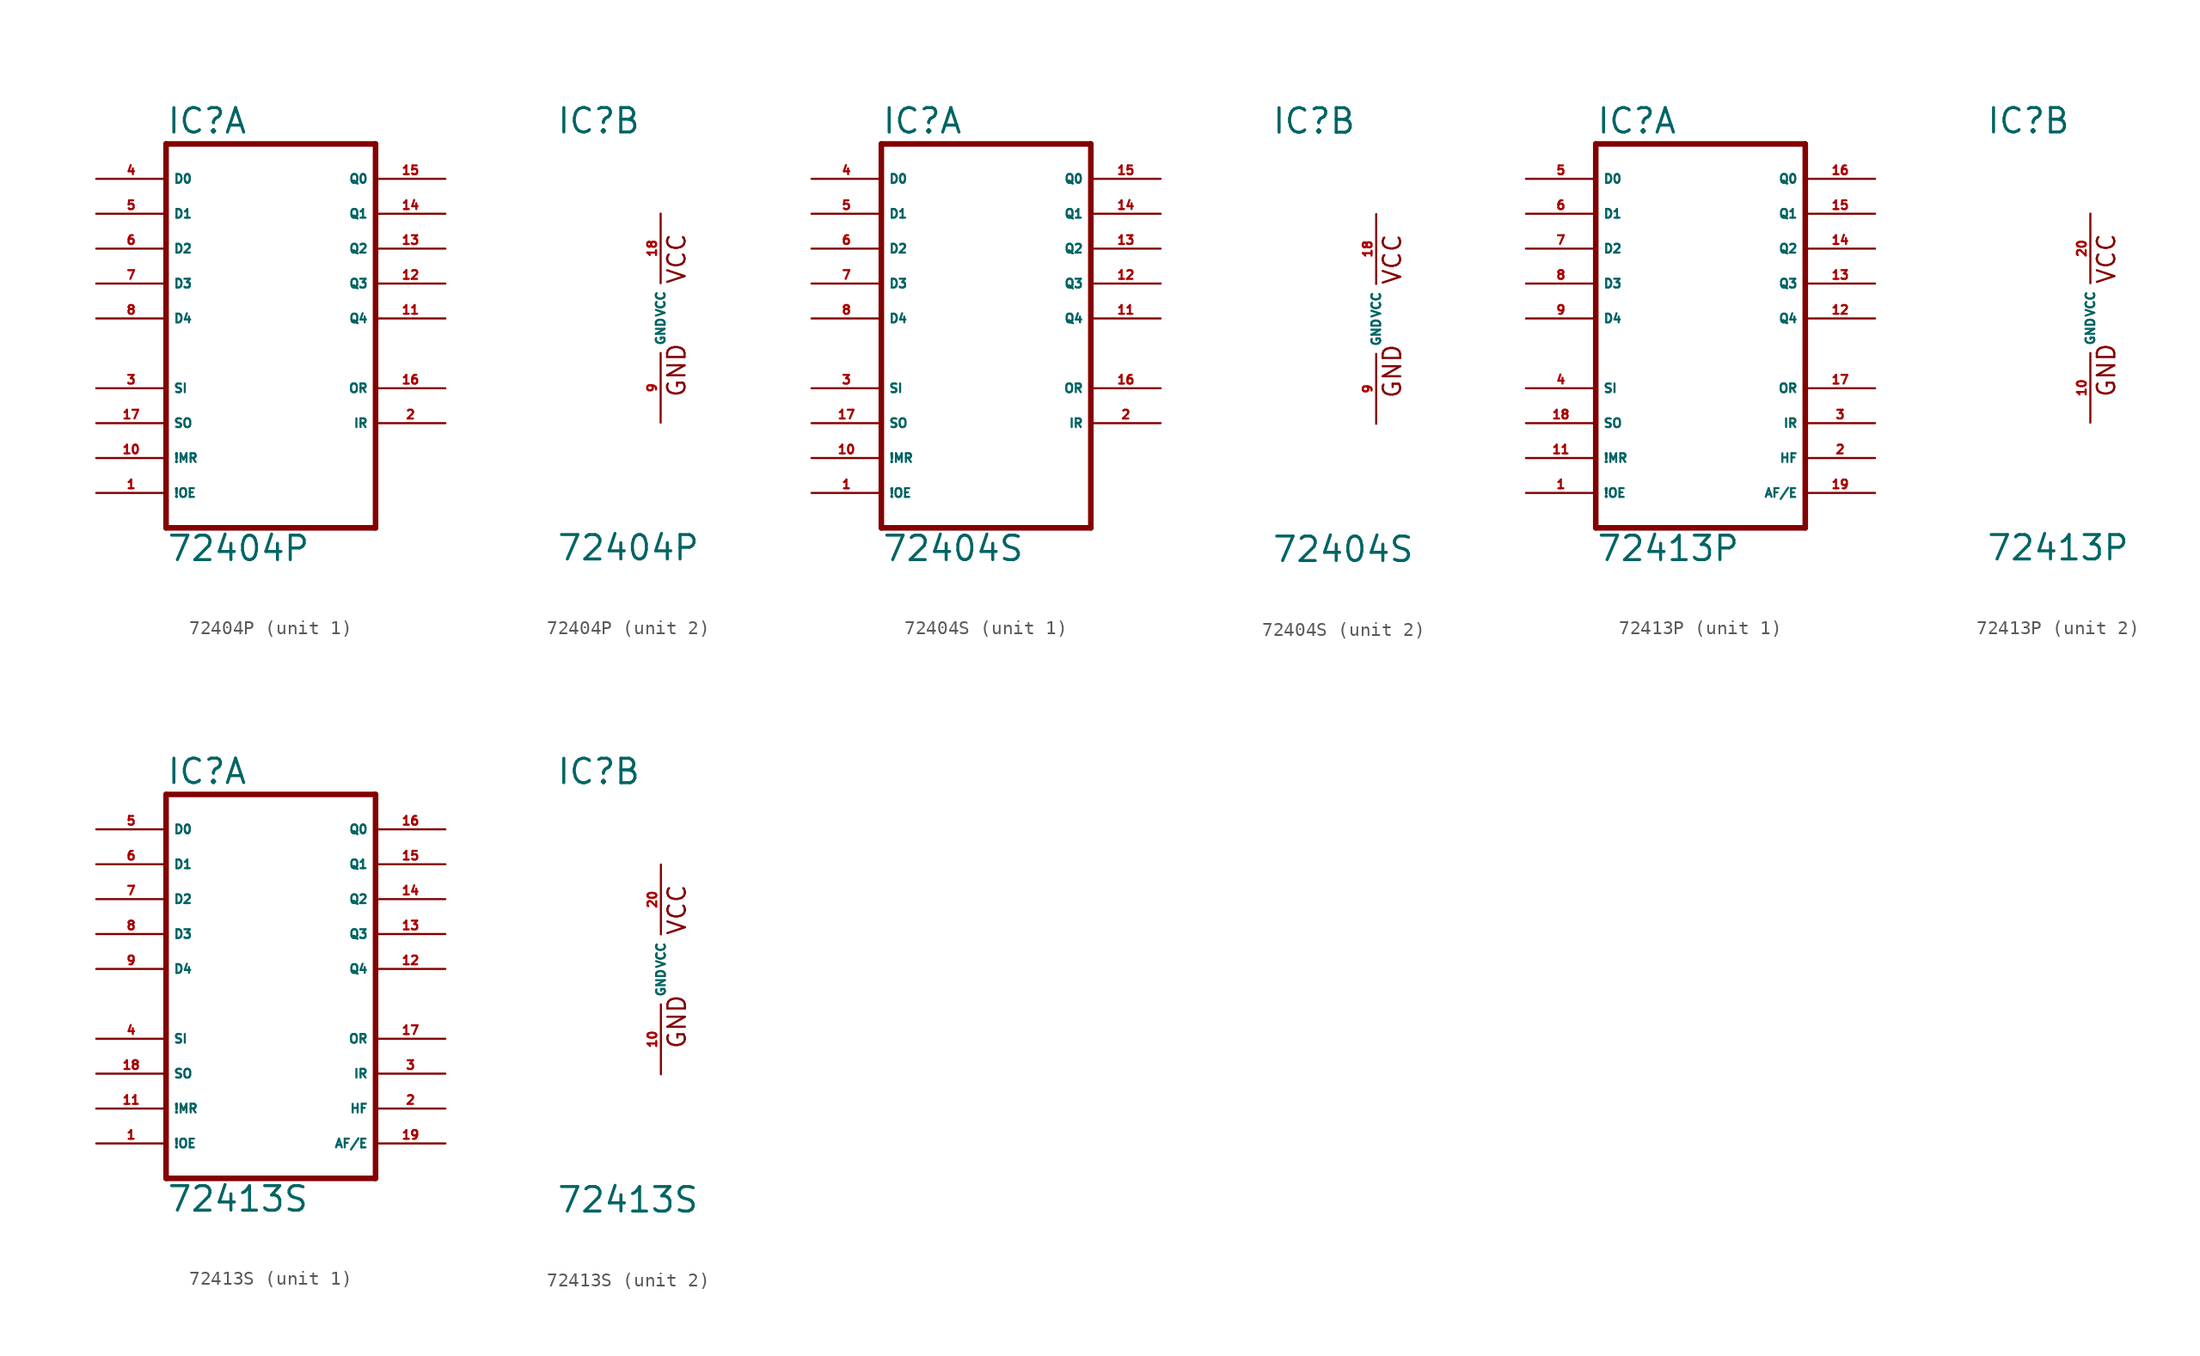
<source format=kicad_sym>
(kicad_symbol_lib
  (version 20220914)
  (generator Eagle2Kicad)
  (symbol "72404P"
    (property "Reference" "IC"
      (at -7.62 13.335 0)
      (effects (font (size 1.778 1.778) (thickness 0.22)) (justify left bottom)))
    (property "Value" "72404P"
      (at -7.62 -17.78 0)
      (effects (font (size 1.778 1.778) (thickness 0.22)) (justify left bottom)))
    (symbol "72404P_1_0"
      (polyline (pts (xy -7.62 -15.24) (xy 7.62 -15.24)) (stroke (width 0.406) (type default)) (fill (type none)))
      (polyline (pts (xy 7.62 -15.24) (xy 7.62 12.7)) (stroke (width 0.406) (type default)) (fill (type none)))
      (polyline (pts (xy 7.62 12.7) (xy -7.62 12.7)) (stroke (width 0.406) (type default)) (fill (type none)))
      (polyline (pts (xy -7.62 12.7) (xy -7.62 -15.24)) (stroke (width 0.406) (type default)) (fill (type none)))
      (pin input line (at -12.7 10.16 0) (length 5.08) (name "D0" (effects (font (size 0.635 0.635) (thickness 0.08)) (justify left bottom))) (number "4" (effects (font (size 0.635 0.635) (thickness 0.08)) (justify left bottom))))
      (pin input line (at -12.7 7.62 0) (length 5.08) (name "D1" (effects (font (size 0.635 0.635) (thickness 0.08)) (justify left bottom))) (number "5" (effects (font (size 0.635 0.635) (thickness 0.08)) (justify left bottom))))
      (pin input line (at -12.7 5.08 0) (length 5.08) (name "D2" (effects (font (size 0.635 0.635) (thickness 0.08)) (justify left bottom))) (number "6" (effects (font (size 0.635 0.635) (thickness 0.08)) (justify left bottom))))
      (pin input line (at -12.7 2.54 0) (length 5.08) (name "D3" (effects (font (size 0.635 0.635) (thickness 0.08)) (justify left bottom))) (number "7" (effects (font (size 0.635 0.635) (thickness 0.08)) (justify left bottom))))
      (pin input line (at -12.7 -5.08 0) (length 5.08) (name "SI" (effects (font (size 0.635 0.635) (thickness 0.08)) (justify left bottom))) (number "3" (effects (font (size 0.635 0.635) (thickness 0.08)) (justify left bottom))))
      (pin input line (at -12.7 -10.16 0) (length 5.08) (name "!MR" (effects (font (size 0.635 0.635) (thickness 0.08)) (justify left bottom))) (number "10" (effects (font (size 0.635 0.635) (thickness 0.08)) (justify left bottom))))
      (pin output line (at 12.7 10.16 180) (length 5.08) (name "Q0" (effects (font (size 0.635 0.635) (thickness 0.08)) (justify left bottom))) (number "15" (effects (font (size 0.635 0.635) (thickness 0.08)) (justify left bottom))))
      (pin output line (at 12.7 7.62 180) (length 5.08) (name "Q1" (effects (font (size 0.635 0.635) (thickness 0.08)) (justify left bottom))) (number "14" (effects (font (size 0.635 0.635) (thickness 0.08)) (justify left bottom))))
      (pin output line (at 12.7 5.08 180) (length 5.08) (name "Q2" (effects (font (size 0.635 0.635) (thickness 0.08)) (justify left bottom))) (number "13" (effects (font (size 0.635 0.635) (thickness 0.08)) (justify left bottom))))
      (pin output line (at 12.7 2.54 180) (length 5.08) (name "Q3" (effects (font (size 0.635 0.635) (thickness 0.08)) (justify left bottom))) (number "12" (effects (font (size 0.635 0.635) (thickness 0.08)) (justify left bottom))))
      (pin output line (at 12.7 -5.08 180) (length 5.08) (name "OR" (effects (font (size 0.635 0.635) (thickness 0.08)) (justify left bottom))) (number "16" (effects (font (size 0.635 0.635) (thickness 0.08)) (justify left bottom))))
      (pin input line (at -12.7 -12.7 0) (length 5.08) (name "!OE" (effects (font (size 0.635 0.635) (thickness 0.08)) (justify left bottom))) (number "1" (effects (font (size 0.635 0.635) (thickness 0.08)) (justify left bottom))))
      (pin input line (at -12.7 -7.62 0) (length 5.08) (name "SO" (effects (font (size 0.635 0.635) (thickness 0.08)) (justify left bottom))) (number "17" (effects (font (size 0.635 0.635) (thickness 0.08)) (justify left bottom))))
      (pin output line (at 12.7 -7.62 180) (length 5.08) (name "IR" (effects (font (size 0.635 0.635) (thickness 0.08)) (justify left bottom))) (number "2" (effects (font (size 0.635 0.635) (thickness 0.08)) (justify left bottom))))
      (pin input line (at -12.7 0 0) (length 5.08) (name "D4" (effects (font (size 0.635 0.635) (thickness 0.08)) (justify left bottom))) (number "8" (effects (font (size 0.635 0.635) (thickness 0.08)) (justify left bottom))))
      (pin output line (at 12.7 0 180) (length 5.08) (name "Q4" (effects (font (size 0.635 0.635) (thickness 0.08)) (justify left bottom))) (number "11" (effects (font (size 0.635 0.635) (thickness 0.08)) (justify left bottom)))))
    (symbol "72404P_2_0"
      (text "GND" (at 1.905 -5.842 900) (effects (font (size 1.27 1.27) (thickness 0.16)) (justify left bottom)))
      (text "VCC" (at 1.905 2.413 900) (effects (font (size 1.27 1.27) (thickness 0.16)) (justify left bottom)))
      (pin unspecified line (at 0 7.62 270) (length 5.08) (name "VCC" (effects (font (size 0.635 0.635) (thickness 0.08)) (justify left bottom))) (number "18" (effects (font (size 0.635 0.635) (thickness 0.08)) (justify left bottom))))
      (pin unspecified line (at 0 -7.62 90) (length 5.08) (name "GND" (effects (font (size 0.635 0.635) (thickness 0.08)) (justify left bottom))) (number "9" (effects (font (size 0.635 0.635) (thickness 0.08)) (justify left bottom))))))
  (symbol "72404S"
    (property "Reference" "IC"
      (at -7.62 13.335 0)
      (effects (font (size 1.778 1.778) (thickness 0.22)) (justify left bottom)))
    (property "Value" "72404S"
      (at -7.62 -17.78 0)
      (effects (font (size 1.778 1.778) (thickness 0.22)) (justify left bottom)))
    (symbol "72404S_1_0"
      (polyline (pts (xy -7.62 -15.24) (xy 7.62 -15.24)) (stroke (width 0.406) (type default)) (fill (type none)))
      (polyline (pts (xy 7.62 -15.24) (xy 7.62 12.7)) (stroke (width 0.406) (type default)) (fill (type none)))
      (polyline (pts (xy 7.62 12.7) (xy -7.62 12.7)) (stroke (width 0.406) (type default)) (fill (type none)))
      (polyline (pts (xy -7.62 12.7) (xy -7.62 -15.24)) (stroke (width 0.406) (type default)) (fill (type none)))
      (pin input line (at -12.7 10.16 0) (length 5.08) (name "D0" (effects (font (size 0.635 0.635) (thickness 0.08)) (justify left bottom))) (number "4" (effects (font (size 0.635 0.635) (thickness 0.08)) (justify left bottom))))
      (pin input line (at -12.7 7.62 0) (length 5.08) (name "D1" (effects (font (size 0.635 0.635) (thickness 0.08)) (justify left bottom))) (number "5" (effects (font (size 0.635 0.635) (thickness 0.08)) (justify left bottom))))
      (pin input line (at -12.7 5.08 0) (length 5.08) (name "D2" (effects (font (size 0.635 0.635) (thickness 0.08)) (justify left bottom))) (number "6" (effects (font (size 0.635 0.635) (thickness 0.08)) (justify left bottom))))
      (pin input line (at -12.7 2.54 0) (length 5.08) (name "D3" (effects (font (size 0.635 0.635) (thickness 0.08)) (justify left bottom))) (number "7" (effects (font (size 0.635 0.635) (thickness 0.08)) (justify left bottom))))
      (pin input line (at -12.7 -5.08 0) (length 5.08) (name "SI" (effects (font (size 0.635 0.635) (thickness 0.08)) (justify left bottom))) (number "3" (effects (font (size 0.635 0.635) (thickness 0.08)) (justify left bottom))))
      (pin input line (at -12.7 -10.16 0) (length 5.08) (name "!MR" (effects (font (size 0.635 0.635) (thickness 0.08)) (justify left bottom))) (number "10" (effects (font (size 0.635 0.635) (thickness 0.08)) (justify left bottom))))
      (pin output line (at 12.7 10.16 180) (length 5.08) (name "Q0" (effects (font (size 0.635 0.635) (thickness 0.08)) (justify left bottom))) (number "15" (effects (font (size 0.635 0.635) (thickness 0.08)) (justify left bottom))))
      (pin output line (at 12.7 7.62 180) (length 5.08) (name "Q1" (effects (font (size 0.635 0.635) (thickness 0.08)) (justify left bottom))) (number "14" (effects (font (size 0.635 0.635) (thickness 0.08)) (justify left bottom))))
      (pin output line (at 12.7 5.08 180) (length 5.08) (name "Q2" (effects (font (size 0.635 0.635) (thickness 0.08)) (justify left bottom))) (number "13" (effects (font (size 0.635 0.635) (thickness 0.08)) (justify left bottom))))
      (pin output line (at 12.7 2.54 180) (length 5.08) (name "Q3" (effects (font (size 0.635 0.635) (thickness 0.08)) (justify left bottom))) (number "12" (effects (font (size 0.635 0.635) (thickness 0.08)) (justify left bottom))))
      (pin output line (at 12.7 -5.08 180) (length 5.08) (name "OR" (effects (font (size 0.635 0.635) (thickness 0.08)) (justify left bottom))) (number "16" (effects (font (size 0.635 0.635) (thickness 0.08)) (justify left bottom))))
      (pin input line (at -12.7 -12.7 0) (length 5.08) (name "!OE" (effects (font (size 0.635 0.635) (thickness 0.08)) (justify left bottom))) (number "1" (effects (font (size 0.635 0.635) (thickness 0.08)) (justify left bottom))))
      (pin input line (at -12.7 -7.62 0) (length 5.08) (name "SO" (effects (font (size 0.635 0.635) (thickness 0.08)) (justify left bottom))) (number "17" (effects (font (size 0.635 0.635) (thickness 0.08)) (justify left bottom))))
      (pin output line (at 12.7 -7.62 180) (length 5.08) (name "IR" (effects (font (size 0.635 0.635) (thickness 0.08)) (justify left bottom))) (number "2" (effects (font (size 0.635 0.635) (thickness 0.08)) (justify left bottom))))
      (pin input line (at -12.7 0 0) (length 5.08) (name "D4" (effects (font (size 0.635 0.635) (thickness 0.08)) (justify left bottom))) (number "8" (effects (font (size 0.635 0.635) (thickness 0.08)) (justify left bottom))))
      (pin output line (at 12.7 0 180) (length 5.08) (name "Q4" (effects (font (size 0.635 0.635) (thickness 0.08)) (justify left bottom))) (number "11" (effects (font (size 0.635 0.635) (thickness 0.08)) (justify left bottom)))))
    (symbol "72404S_2_0"
      (text "GND" (at 1.905 -5.842 900) (effects (font (size 1.27 1.27) (thickness 0.16)) (justify left bottom)))
      (text "VCC" (at 1.905 2.413 900) (effects (font (size 1.27 1.27) (thickness 0.16)) (justify left bottom)))
      (pin unspecified line (at 0 7.62 270) (length 5.08) (name "VCC" (effects (font (size 0.635 0.635) (thickness 0.08)) (justify left bottom))) (number "18" (effects (font (size 0.635 0.635) (thickness 0.08)) (justify left bottom))))
      (pin unspecified line (at 0 -7.62 90) (length 5.08) (name "GND" (effects (font (size 0.635 0.635) (thickness 0.08)) (justify left bottom))) (number "9" (effects (font (size 0.635 0.635) (thickness 0.08)) (justify left bottom))))))
  (symbol "72413P"
    (property "Reference" "IC"
      (at -7.62 13.335 0)
      (effects (font (size 1.778 1.778) (thickness 0.22)) (justify left bottom)))
    (property "Value" "72413P"
      (at -7.62 -17.78 0)
      (effects (font (size 1.778 1.778) (thickness 0.22)) (justify left bottom)))
    (symbol "72413P_1_0"
      (polyline (pts (xy -7.62 -15.24) (xy 7.62 -15.24)) (stroke (width 0.406) (type default)) (fill (type none)))
      (polyline (pts (xy 7.62 -15.24) (xy 7.62 12.7)) (stroke (width 0.406) (type default)) (fill (type none)))
      (polyline (pts (xy 7.62 12.7) (xy -7.62 12.7)) (stroke (width 0.406) (type default)) (fill (type none)))
      (polyline (pts (xy -7.62 12.7) (xy -7.62 -15.24)) (stroke (width 0.406) (type default)) (fill (type none)))
      (pin input line (at -12.7 10.16 0) (length 5.08) (name "D0" (effects (font (size 0.635 0.635) (thickness 0.08)) (justify left bottom))) (number "5" (effects (font (size 0.635 0.635) (thickness 0.08)) (justify left bottom))))
      (pin input line (at -12.7 7.62 0) (length 5.08) (name "D1" (effects (font (size 0.635 0.635) (thickness 0.08)) (justify left bottom))) (number "6" (effects (font (size 0.635 0.635) (thickness 0.08)) (justify left bottom))))
      (pin input line (at -12.7 5.08 0) (length 5.08) (name "D2" (effects (font (size 0.635 0.635) (thickness 0.08)) (justify left bottom))) (number "7" (effects (font (size 0.635 0.635) (thickness 0.08)) (justify left bottom))))
      (pin input line (at -12.7 2.54 0) (length 5.08) (name "D3" (effects (font (size 0.635 0.635) (thickness 0.08)) (justify left bottom))) (number "8" (effects (font (size 0.635 0.635) (thickness 0.08)) (justify left bottom))))
      (pin input line (at -12.7 -5.08 0) (length 5.08) (name "SI" (effects (font (size 0.635 0.635) (thickness 0.08)) (justify left bottom))) (number "4" (effects (font (size 0.635 0.635) (thickness 0.08)) (justify left bottom))))
      (pin input line (at -12.7 -10.16 0) (length 5.08) (name "!MR" (effects (font (size 0.635 0.635) (thickness 0.08)) (justify left bottom))) (number "11" (effects (font (size 0.635 0.635) (thickness 0.08)) (justify left bottom))))
      (pin output line (at 12.7 10.16 180) (length 5.08) (name "Q0" (effects (font (size 0.635 0.635) (thickness 0.08)) (justify left bottom))) (number "16" (effects (font (size 0.635 0.635) (thickness 0.08)) (justify left bottom))))
      (pin output line (at 12.7 7.62 180) (length 5.08) (name "Q1" (effects (font (size 0.635 0.635) (thickness 0.08)) (justify left bottom))) (number "15" (effects (font (size 0.635 0.635) (thickness 0.08)) (justify left bottom))))
      (pin output line (at 12.7 5.08 180) (length 5.08) (name "Q2" (effects (font (size 0.635 0.635) (thickness 0.08)) (justify left bottom))) (number "14" (effects (font (size 0.635 0.635) (thickness 0.08)) (justify left bottom))))
      (pin output line (at 12.7 2.54 180) (length 5.08) (name "Q3" (effects (font (size 0.635 0.635) (thickness 0.08)) (justify left bottom))) (number "13" (effects (font (size 0.635 0.635) (thickness 0.08)) (justify left bottom))))
      (pin output line (at 12.7 -5.08 180) (length 5.08) (name "OR" (effects (font (size 0.635 0.635) (thickness 0.08)) (justify left bottom))) (number "17" (effects (font (size 0.635 0.635) (thickness 0.08)) (justify left bottom))))
      (pin input line (at -12.7 -12.7 0) (length 5.08) (name "!OE" (effects (font (size 0.635 0.635) (thickness 0.08)) (justify left bottom))) (number "1" (effects (font (size 0.635 0.635) (thickness 0.08)) (justify left bottom))))
      (pin input line (at -12.7 -7.62 0) (length 5.08) (name "SO" (effects (font (size 0.635 0.635) (thickness 0.08)) (justify left bottom))) (number "18" (effects (font (size 0.635 0.635) (thickness 0.08)) (justify left bottom))))
      (pin output line (at 12.7 -7.62 180) (length 5.08) (name "IR" (effects (font (size 0.635 0.635) (thickness 0.08)) (justify left bottom))) (number "3" (effects (font (size 0.635 0.635) (thickness 0.08)) (justify left bottom))))
      (pin input line (at -12.7 0 0) (length 5.08) (name "D4" (effects (font (size 0.635 0.635) (thickness 0.08)) (justify left bottom))) (number "9" (effects (font (size 0.635 0.635) (thickness 0.08)) (justify left bottom))))
      (pin output line (at 12.7 0 180) (length 5.08) (name "Q4" (effects (font (size 0.635 0.635) (thickness 0.08)) (justify left bottom))) (number "12" (effects (font (size 0.635 0.635) (thickness 0.08)) (justify left bottom))))
      (pin output line (at 12.7 -10.16 180) (length 5.08) (name "HF" (effects (font (size 0.635 0.635) (thickness 0.08)) (justify left bottom))) (number "2" (effects (font (size 0.635 0.635) (thickness 0.08)) (justify left bottom))))
      (pin output line (at 12.7 -12.7 180) (length 5.08) (name "AF/E" (effects (font (size 0.635 0.635) (thickness 0.08)) (justify left bottom))) (number "19" (effects (font (size 0.635 0.635) (thickness 0.08)) (justify left bottom)))))
    (symbol "72413P_2_0"
      (text "GND" (at 1.905 -5.842 900) (effects (font (size 1.27 1.27) (thickness 0.16)) (justify left bottom)))
      (text "VCC" (at 1.905 2.413 900) (effects (font (size 1.27 1.27) (thickness 0.16)) (justify left bottom)))
      (pin unspecified line (at 0 7.62 270) (length 5.08) (name "VCC" (effects (font (size 0.635 0.635) (thickness 0.08)) (justify left bottom))) (number "20" (effects (font (size 0.635 0.635) (thickness 0.08)) (justify left bottom))))
      (pin unspecified line (at 0 -7.62 90) (length 5.08) (name "GND" (effects (font (size 0.635 0.635) (thickness 0.08)) (justify left bottom))) (number "10" (effects (font (size 0.635 0.635) (thickness 0.08)) (justify left bottom))))))
  (symbol "72413S"
    (property "Reference" "IC"
      (at -7.62 13.335 0)
      (effects (font (size 1.778 1.778) (thickness 0.22)) (justify left bottom)))
    (property "Value" "72413S"
      (at -7.62 -17.78 0)
      (effects (font (size 1.778 1.778) (thickness 0.22)) (justify left bottom)))
    (symbol "72413S_1_0"
      (polyline (pts (xy -7.62 -15.24) (xy 7.62 -15.24)) (stroke (width 0.406) (type default)) (fill (type none)))
      (polyline (pts (xy 7.62 -15.24) (xy 7.62 12.7)) (stroke (width 0.406) (type default)) (fill (type none)))
      (polyline (pts (xy 7.62 12.7) (xy -7.62 12.7)) (stroke (width 0.406) (type default)) (fill (type none)))
      (polyline (pts (xy -7.62 12.7) (xy -7.62 -15.24)) (stroke (width 0.406) (type default)) (fill (type none)))
      (pin input line (at -12.7 10.16 0) (length 5.08) (name "D0" (effects (font (size 0.635 0.635) (thickness 0.08)) (justify left bottom))) (number "5" (effects (font (size 0.635 0.635) (thickness 0.08)) (justify left bottom))))
      (pin input line (at -12.7 7.62 0) (length 5.08) (name "D1" (effects (font (size 0.635 0.635) (thickness 0.08)) (justify left bottom))) (number "6" (effects (font (size 0.635 0.635) (thickness 0.08)) (justify left bottom))))
      (pin input line (at -12.7 5.08 0) (length 5.08) (name "D2" (effects (font (size 0.635 0.635) (thickness 0.08)) (justify left bottom))) (number "7" (effects (font (size 0.635 0.635) (thickness 0.08)) (justify left bottom))))
      (pin input line (at -12.7 2.54 0) (length 5.08) (name "D3" (effects (font (size 0.635 0.635) (thickness 0.08)) (justify left bottom))) (number "8" (effects (font (size 0.635 0.635) (thickness 0.08)) (justify left bottom))))
      (pin input line (at -12.7 -5.08 0) (length 5.08) (name "SI" (effects (font (size 0.635 0.635) (thickness 0.08)) (justify left bottom))) (number "4" (effects (font (size 0.635 0.635) (thickness 0.08)) (justify left bottom))))
      (pin input line (at -12.7 -10.16 0) (length 5.08) (name "!MR" (effects (font (size 0.635 0.635) (thickness 0.08)) (justify left bottom))) (number "11" (effects (font (size 0.635 0.635) (thickness 0.08)) (justify left bottom))))
      (pin output line (at 12.7 10.16 180) (length 5.08) (name "Q0" (effects (font (size 0.635 0.635) (thickness 0.08)) (justify left bottom))) (number "16" (effects (font (size 0.635 0.635) (thickness 0.08)) (justify left bottom))))
      (pin output line (at 12.7 7.62 180) (length 5.08) (name "Q1" (effects (font (size 0.635 0.635) (thickness 0.08)) (justify left bottom))) (number "15" (effects (font (size 0.635 0.635) (thickness 0.08)) (justify left bottom))))
      (pin output line (at 12.7 5.08 180) (length 5.08) (name "Q2" (effects (font (size 0.635 0.635) (thickness 0.08)) (justify left bottom))) (number "14" (effects (font (size 0.635 0.635) (thickness 0.08)) (justify left bottom))))
      (pin output line (at 12.7 2.54 180) (length 5.08) (name "Q3" (effects (font (size 0.635 0.635) (thickness 0.08)) (justify left bottom))) (number "13" (effects (font (size 0.635 0.635) (thickness 0.08)) (justify left bottom))))
      (pin output line (at 12.7 -5.08 180) (length 5.08) (name "OR" (effects (font (size 0.635 0.635) (thickness 0.08)) (justify left bottom))) (number "17" (effects (font (size 0.635 0.635) (thickness 0.08)) (justify left bottom))))
      (pin input line (at -12.7 -12.7 0) (length 5.08) (name "!OE" (effects (font (size 0.635 0.635) (thickness 0.08)) (justify left bottom))) (number "1" (effects (font (size 0.635 0.635) (thickness 0.08)) (justify left bottom))))
      (pin input line (at -12.7 -7.62 0) (length 5.08) (name "SO" (effects (font (size 0.635 0.635) (thickness 0.08)) (justify left bottom))) (number "18" (effects (font (size 0.635 0.635) (thickness 0.08)) (justify left bottom))))
      (pin output line (at 12.7 -7.62 180) (length 5.08) (name "IR" (effects (font (size 0.635 0.635) (thickness 0.08)) (justify left bottom))) (number "3" (effects (font (size 0.635 0.635) (thickness 0.08)) (justify left bottom))))
      (pin input line (at -12.7 0 0) (length 5.08) (name "D4" (effects (font (size 0.635 0.635) (thickness 0.08)) (justify left bottom))) (number "9" (effects (font (size 0.635 0.635) (thickness 0.08)) (justify left bottom))))
      (pin output line (at 12.7 0 180) (length 5.08) (name "Q4" (effects (font (size 0.635 0.635) (thickness 0.08)) (justify left bottom))) (number "12" (effects (font (size 0.635 0.635) (thickness 0.08)) (justify left bottom))))
      (pin output line (at 12.7 -10.16 180) (length 5.08) (name "HF" (effects (font (size 0.635 0.635) (thickness 0.08)) (justify left bottom))) (number "2" (effects (font (size 0.635 0.635) (thickness 0.08)) (justify left bottom))))
      (pin output line (at 12.7 -12.7 180) (length 5.08) (name "AF/E" (effects (font (size 0.635 0.635) (thickness 0.08)) (justify left bottom))) (number "19" (effects (font (size 0.635 0.635) (thickness 0.08)) (justify left bottom)))))
    (symbol "72413S_2_0"
      (text "GND" (at 1.905 -5.842 900) (effects (font (size 1.27 1.27) (thickness 0.16)) (justify left bottom)))
      (text "VCC" (at 1.905 2.413 900) (effects (font (size 1.27 1.27) (thickness 0.16)) (justify left bottom)))
      (pin unspecified line (at 0 7.62 270) (length 5.08) (name "VCC" (effects (font (size 0.635 0.635) (thickness 0.08)) (justify left bottom))) (number "20" (effects (font (size 0.635 0.635) (thickness 0.08)) (justify left bottom))))
      (pin unspecified line (at 0 -7.62 90) (length 5.08) (name "GND" (effects (font (size 0.635 0.635) (thickness 0.08)) (justify left bottom))) (number "10" (effects (font (size 0.635 0.635) (thickness 0.08)) (justify left bottom)))))))
</source>
